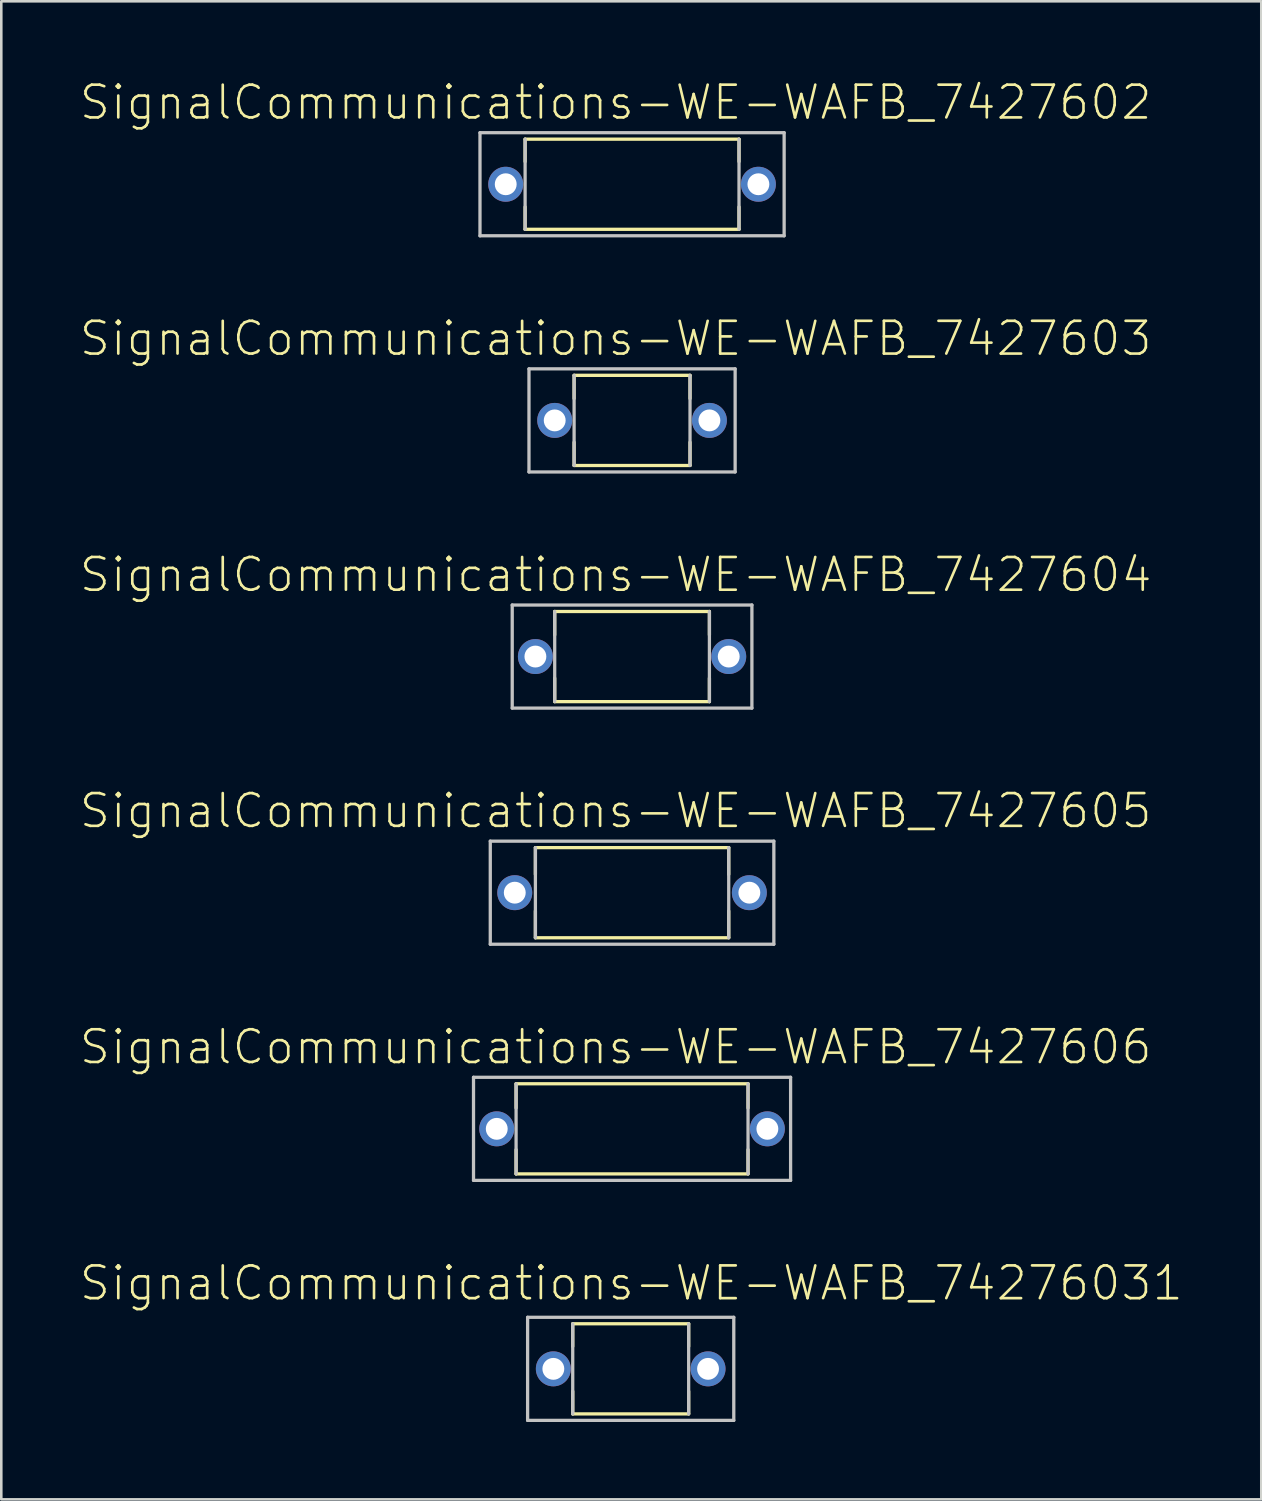
<source format=kicad_pcb>
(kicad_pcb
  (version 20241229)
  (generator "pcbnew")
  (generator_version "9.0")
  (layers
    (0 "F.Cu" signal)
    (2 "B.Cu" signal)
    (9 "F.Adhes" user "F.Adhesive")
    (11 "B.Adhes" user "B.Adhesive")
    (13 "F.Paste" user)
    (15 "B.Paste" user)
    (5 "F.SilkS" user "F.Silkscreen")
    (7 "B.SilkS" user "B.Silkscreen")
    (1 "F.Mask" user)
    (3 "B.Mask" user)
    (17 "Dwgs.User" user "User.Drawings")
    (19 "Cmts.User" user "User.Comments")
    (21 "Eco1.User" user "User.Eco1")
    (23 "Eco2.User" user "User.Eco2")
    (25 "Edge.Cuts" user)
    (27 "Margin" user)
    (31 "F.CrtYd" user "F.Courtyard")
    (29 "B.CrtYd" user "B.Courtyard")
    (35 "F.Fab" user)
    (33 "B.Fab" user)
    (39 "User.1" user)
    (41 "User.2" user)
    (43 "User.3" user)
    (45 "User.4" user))
  (footprint "SignalCommunications-WE-WAFB_7427603"
    (layer "F.Cu")
    (at 21.464 13.255)
    (property "Reference" "SignalCommunications-WE-WAFB_7427603" (at -0.635 -3.175 0) (layer "F.SilkS") (effects (font (size 1.27 1.27) (thickness 0.102))))
    (attr exclude_from_pos_files exclude_from_bom)
    (fp_line (start -2.248 -1.748) (end 2.248 -1.748) (stroke (width 0.127) (type solid)) (layer "F.SilkS"))
    (fp_line (start -2.248 -0.848) (end -2.248 -1.748) (stroke (width 0.127) (type solid)) (layer "F.SilkS"))
    (fp_line (start -2.248 0.848) (end -2.248 1.748) (stroke (width 0.127) (type solid)) (layer "F.SilkS"))
    (fp_line (start -2.248 1.748) (end 2.248 1.748) (stroke (width 0.127) (type solid)) (layer "F.SilkS"))
    (fp_line (start 2.248 -0.848) (end 2.248 -1.748) (stroke (width 0.127) (type solid)) (layer "F.SilkS"))
    (fp_line (start 2.248 0.848) (end 2.248 1.748) (stroke (width 0.127) (type solid)) (layer "F.SilkS"))
    (fp_line (start -3.998 -1.999) (end -3.998 1.999) (stroke (width 0.127) (type solid)) (layer "Dwgs.User"))
    (fp_line (start -3.998 -1.999) (end 3.998 -1.999) (stroke (width 0.127) (type solid)) (layer "Dwgs.User"))
    (fp_line (start -3.998 1.999) (end 3.998 1.999) (stroke (width 0.127) (type solid)) (layer "Dwgs.User"))
    (fp_line (start -2.248 -1.748) (end -2.248 1.748) (stroke (width 0.127) (type solid)) (layer "Dwgs.User"))
    (fp_line (start 2.248 -1.748) (end 2.248 1.748) (stroke (width 0.127) (type solid)) (layer "Dwgs.User"))
    (fp_line (start 3.998 -1.999) (end 3.998 1.999) (stroke (width 0.127) (type solid)) (layer "Dwgs.User"))
    (pad "1" thru_hole circle (at -3 0) (size 1.356 1.356) (drill 0.848) (layers "*.Cu" "*.Paste" "*.Mask"))
    (pad "2" thru_hole circle (at 3 0) (size 1.356 1.356) (drill 0.848) (layers "*.Cu" "*.Paste" "*.Mask")))
  (footprint "SignalCommunications-WE-WAFB_7427606"
    (layer "F.Cu")
    (at 21.464 40.731)
    (property "Reference" "SignalCommunications-WE-WAFB_7427606" (at -0.635 -3.175 0) (layer "F.SilkS") (effects (font (size 1.27 1.27) (thickness 0.102))))
    (attr exclude_from_pos_files exclude_from_bom)
    (fp_line (start -4.498 -1.748) (end 4.498 -1.748) (stroke (width 0.127) (type solid)) (layer "F.SilkS"))
    (fp_line (start -4.498 -0.808) (end -4.498 -1.748) (stroke (width 0.127) (type solid)) (layer "F.SilkS"))
    (fp_line (start -4.498 0.808) (end -4.498 1.748) (stroke (width 0.127) (type solid)) (layer "F.SilkS"))
    (fp_line (start -4.498 1.748) (end 4.498 1.748) (stroke (width 0.127) (type solid)) (layer "F.SilkS"))
    (fp_line (start 4.498 -0.808) (end 4.498 -1.748) (stroke (width 0.127) (type solid)) (layer "F.SilkS"))
    (fp_line (start 4.498 0.808) (end 4.498 1.748) (stroke (width 0.127) (type solid)) (layer "F.SilkS"))
    (fp_line (start -6.149 -1.999) (end -6.149 1.999) (stroke (width 0.127) (type solid)) (layer "Dwgs.User"))
    (fp_line (start -6.149 -1.999) (end 6.149 -1.999) (stroke (width 0.127) (type solid)) (layer "Dwgs.User"))
    (fp_line (start -6.149 1.999) (end 6.149 1.999) (stroke (width 0.127) (type solid)) (layer "Dwgs.User"))
    (fp_line (start -4.498 -1.748) (end -4.498 1.748) (stroke (width 0.127) (type solid)) (layer "Dwgs.User"))
    (fp_line (start 4.498 -1.748) (end 4.498 1.748) (stroke (width 0.127) (type solid)) (layer "Dwgs.User"))
    (fp_line (start 6.149 -1.999) (end 6.149 1.999) (stroke (width 0.127) (type solid)) (layer "Dwgs.User"))
    (pad "1" thru_hole circle (at -5.248 0) (size 1.356 1.356) (drill 0.848) (layers "*.Cu" "*.Paste" "*.Mask"))
    (pad "2" thru_hole circle (at 5.248 0) (size 1.356 1.356) (drill 0.848) (layers "*.Cu" "*.Paste" "*.Mask")))
  (footprint "SignalCommunications-WE-WAFB_7427604"
    (layer "F.Cu")
    (at 21.464 22.414)
    (property "Reference" "SignalCommunications-WE-WAFB_7427604" (at -0.635 -3.175 0) (layer "F.SilkS") (effects (font (size 1.27 1.27) (thickness 0.102))))
    (attr exclude_from_pos_files exclude_from_bom)
    (fp_line (start -3 -1.748) (end 3 -1.748) (stroke (width 0.127) (type solid)) (layer "F.SilkS"))
    (fp_line (start -3 -0.838) (end -3 -1.748) (stroke (width 0.127) (type solid)) (layer "F.SilkS"))
    (fp_line (start -3 0.838) (end -3 1.748) (stroke (width 0.127) (type solid)) (layer "F.SilkS"))
    (fp_line (start -3 1.748) (end 3 1.748) (stroke (width 0.127) (type solid)) (layer "F.SilkS"))
    (fp_line (start 3 -0.838) (end 3 -1.748) (stroke (width 0.127) (type solid)) (layer "F.SilkS"))
    (fp_line (start 3 0.838) (end 3 1.748) (stroke (width 0.127) (type solid)) (layer "F.SilkS"))
    (fp_line (start -4.648 -1.999) (end -4.648 1.999) (stroke (width 0.127) (type solid)) (layer "Dwgs.User"))
    (fp_line (start -4.648 -1.999) (end 4.648 -1.999) (stroke (width 0.127) (type solid)) (layer "Dwgs.User"))
    (fp_line (start -4.648 1.999) (end 4.648 1.999) (stroke (width 0.127) (type solid)) (layer "Dwgs.User"))
    (fp_line (start -3 -1.748) (end -3 1.748) (stroke (width 0.127) (type solid)) (layer "Dwgs.User"))
    (fp_line (start 3 -1.748) (end 3 1.748) (stroke (width 0.127) (type solid)) (layer "Dwgs.User"))
    (fp_line (start 4.648 -1.999) (end 4.648 1.999) (stroke (width 0.127) (type solid)) (layer "Dwgs.User"))
    (pad "1" thru_hole circle (at -3.749 0) (size 1.356 1.356) (drill 0.848) (layers "*.Cu" "*.Paste" "*.Mask"))
    (pad "2" thru_hole circle (at 3.749 0) (size 1.356 1.356) (drill 0.848) (layers "*.Cu" "*.Paste" "*.Mask")))
  (footprint "SignalCommunications-WE-WAFB_7427602"
    (layer "F.Cu")
    (at 21.464 4.096)
    (property "Reference" "SignalCommunications-WE-WAFB_7427602" (at -0.635 -3.175 0) (layer "F.SilkS") (effects (font (size 1.27 1.27) (thickness 0.102))))
    (attr exclude_from_pos_files exclude_from_bom)
    (fp_line (start -4.148 -1.748) (end 4.148 -1.748) (stroke (width 0.127) (type solid)) (layer "F.SilkS"))
    (fp_line (start -4.148 -0.879) (end -4.148 -1.748) (stroke (width 0.127) (type solid)) (layer "F.SilkS"))
    (fp_line (start -4.148 0.879) (end -4.148 1.748) (stroke (width 0.127) (type solid)) (layer "F.SilkS"))
    (fp_line (start -4.148 1.748) (end 4.148 1.748) (stroke (width 0.127) (type solid)) (layer "F.SilkS"))
    (fp_line (start 4.148 -0.879) (end 4.148 -1.748) (stroke (width 0.127) (type solid)) (layer "F.SilkS"))
    (fp_line (start 4.148 0.879) (end 4.148 1.748) (stroke (width 0.127) (type solid)) (layer "F.SilkS"))
    (fp_line (start -5.898 -1.999) (end -5.898 1.999) (stroke (width 0.127) (type solid)) (layer "Dwgs.User"))
    (fp_line (start -5.898 -1.999) (end 5.898 -1.999) (stroke (width 0.127) (type solid)) (layer "Dwgs.User"))
    (fp_line (start -5.898 1.999) (end 5.898 1.999) (stroke (width 0.127) (type solid)) (layer "Dwgs.User"))
    (fp_line (start -4.148 -1.748) (end -4.148 1.748) (stroke (width 0.127) (type solid)) (layer "Dwgs.User"))
    (fp_line (start 4.148 -1.748) (end 4.148 1.748) (stroke (width 0.127) (type solid)) (layer "Dwgs.User"))
    (fp_line (start 5.898 -1.999) (end 5.898 1.999) (stroke (width 0.127) (type solid)) (layer "Dwgs.User"))
    (pad "1" thru_hole circle (at -4.9 0) (size 1.356 1.356) (drill 0.848) (layers "*.Cu" "*.Paste" "*.Mask"))
    (pad "2" thru_hole circle (at 4.9 0) (size 1.356 1.356) (drill 0.848) (layers "*.Cu" "*.Paste" "*.Mask")))
  (footprint "SignalCommunications-WE-WAFB_7427605"
    (layer "F.Cu")
    (at 21.464 31.572)
    (property "Reference" "SignalCommunications-WE-WAFB_7427605" (at -0.635 -3.175 0) (layer "F.SilkS") (effects (font (size 1.27 1.27) (thickness 0.102))))
    (attr exclude_from_pos_files exclude_from_bom)
    (fp_line (start -3.749 -1.748) (end 3.749 -1.748) (stroke (width 0.127) (type solid)) (layer "F.SilkS"))
    (fp_line (start -3.749 -0.709) (end -3.749 -1.748) (stroke (width 0.127) (type solid)) (layer "F.SilkS"))
    (fp_line (start -3.749 0.709) (end -3.749 1.748) (stroke (width 0.127) (type solid)) (layer "F.SilkS"))
    (fp_line (start -3.749 1.748) (end 3.749 1.748) (stroke (width 0.127) (type solid)) (layer "F.SilkS"))
    (fp_line (start 3.749 -0.709) (end 3.749 -1.748) (stroke (width 0.127) (type solid)) (layer "F.SilkS"))
    (fp_line (start 3.749 0.709) (end 3.749 1.748) (stroke (width 0.127) (type solid)) (layer "F.SilkS"))
    (fp_line (start -5.499 -1.999) (end -5.499 1.999) (stroke (width 0.127) (type solid)) (layer "Dwgs.User"))
    (fp_line (start -5.499 -1.999) (end 5.499 -1.999) (stroke (width 0.127) (type solid)) (layer "Dwgs.User"))
    (fp_line (start -5.499 1.999) (end 5.499 1.999) (stroke (width 0.127) (type solid)) (layer "Dwgs.User"))
    (fp_line (start -3.749 -1.748) (end -3.749 1.748) (stroke (width 0.127) (type solid)) (layer "Dwgs.User"))
    (fp_line (start 3.749 -1.748) (end 3.749 1.748) (stroke (width 0.127) (type solid)) (layer "Dwgs.User"))
    (fp_line (start 5.499 -1.999) (end 5.499 1.999) (stroke (width 0.127) (type solid)) (layer "Dwgs.User"))
    (pad "1" thru_hole circle (at -4.549 0) (size 1.356 1.356) (drill 0.848) (layers "*.Cu" "*.Paste" "*.Mask"))
    (pad "2" thru_hole circle (at 4.549 0) (size 1.356 1.356) (drill 0.848) (layers "*.Cu" "*.Paste" "*.Mask")))
  (footprint "SignalCommunications-WE-WAFB_74276031"
    (layer "F.Cu")
    (at 21.411 50.04)
    (property "Reference" "SignalCommunications-WE-WAFB_74276031" (at 0.023 -3.325 0) (layer "F.SilkS") (effects (font (size 1.27 1.27) (thickness 0.102))))
    (attr exclude_from_pos_files exclude_from_bom)
    (fp_line (start -2.248 -1.748) (end 2.248 -1.748) (stroke (width 0.127) (type solid)) (layer "F.SilkS"))
    (fp_line (start -2.248 -0.869) (end -2.248 -1.748) (stroke (width 0.127) (type solid)) (layer "F.SilkS"))
    (fp_line (start -2.248 0.869) (end -2.248 1.748) (stroke (width 0.127) (type solid)) (layer "F.SilkS"))
    (fp_line (start -2.248 1.748) (end 2.248 1.748) (stroke (width 0.127) (type solid)) (layer "F.SilkS"))
    (fp_line (start 2.248 -0.869) (end 2.248 -1.748) (stroke (width 0.127) (type solid)) (layer "F.SilkS"))
    (fp_line (start 2.248 0.869) (end 2.248 1.748) (stroke (width 0.127) (type solid)) (layer "F.SilkS"))
    (fp_line (start -3.998 -1.999) (end -3.998 1.999) (stroke (width 0.127) (type solid)) (layer "Dwgs.User"))
    (fp_line (start -3.998 -1.999) (end 3.998 -1.999) (stroke (width 0.127) (type solid)) (layer "Dwgs.User"))
    (fp_line (start -3.998 1.999) (end 3.998 1.999) (stroke (width 0.127) (type solid)) (layer "Dwgs.User"))
    (fp_line (start -2.248 -1.748) (end -2.248 1.748) (stroke (width 0.127) (type solid)) (layer "Dwgs.User"))
    (fp_line (start 2.248 -1.748) (end 2.248 1.748) (stroke (width 0.127) (type solid)) (layer "Dwgs.User"))
    (fp_line (start 3.998 -1.999) (end 3.998 1.999) (stroke (width 0.127) (type solid)) (layer "Dwgs.User"))
    (pad "1" thru_hole circle (at -3 0) (size 1.356 1.356) (drill 0.848) (layers "*.Cu" "*.Paste" "*.Mask"))
    (pad "2" thru_hole circle (at 3 0) (size 1.356 1.356) (drill 0.848) (layers "*.Cu" "*.Paste" "*.Mask")))
  (gr_rect
    (start -3 -3)
    (end 45.868 55.102)
    (stroke (width 0.1) (type default))
    (fill no)
    (layer "Edge.Cuts")))
</source>
